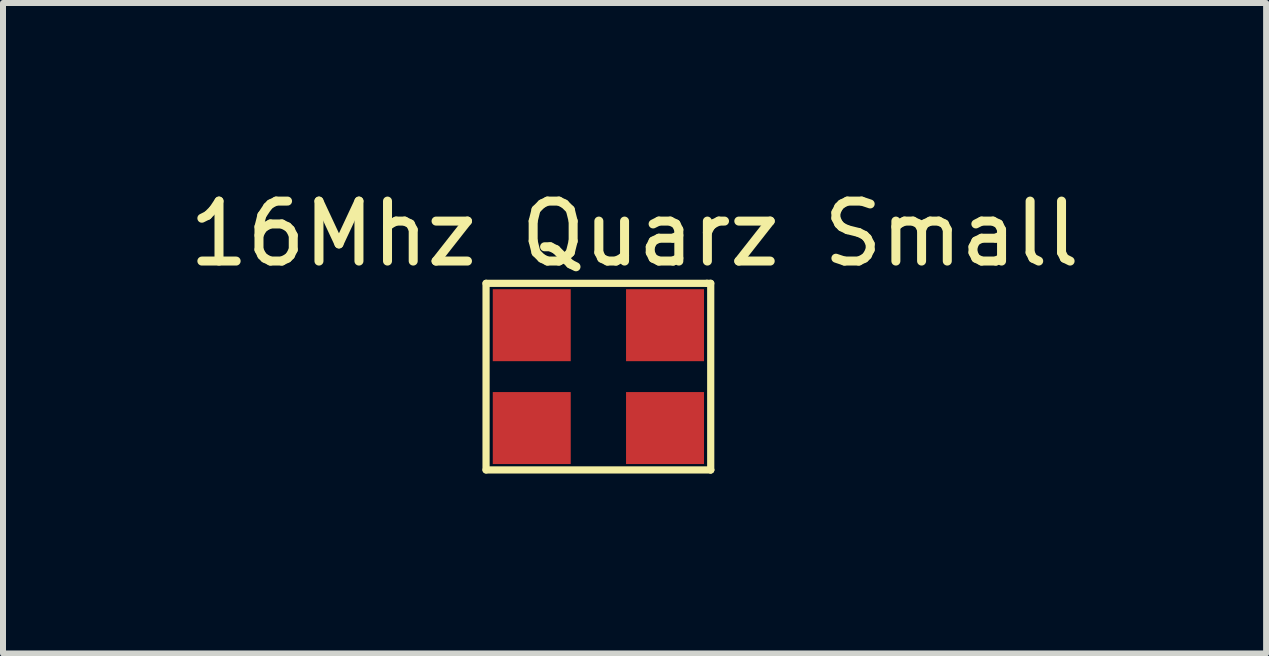
<source format=kicad_pcb>
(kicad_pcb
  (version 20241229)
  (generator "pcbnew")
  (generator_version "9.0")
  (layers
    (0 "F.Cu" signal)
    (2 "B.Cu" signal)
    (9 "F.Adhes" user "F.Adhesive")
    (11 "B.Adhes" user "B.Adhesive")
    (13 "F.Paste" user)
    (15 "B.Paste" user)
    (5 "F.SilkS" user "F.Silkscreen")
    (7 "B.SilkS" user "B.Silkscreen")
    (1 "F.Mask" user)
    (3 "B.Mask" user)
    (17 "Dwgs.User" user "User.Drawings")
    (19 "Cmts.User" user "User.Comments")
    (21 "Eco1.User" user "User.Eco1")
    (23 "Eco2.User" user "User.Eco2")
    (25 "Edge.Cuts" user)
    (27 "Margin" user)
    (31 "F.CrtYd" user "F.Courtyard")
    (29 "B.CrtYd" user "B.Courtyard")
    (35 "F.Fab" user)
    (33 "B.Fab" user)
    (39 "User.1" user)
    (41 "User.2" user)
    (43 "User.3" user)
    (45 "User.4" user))
  (footprint "16Mhz Quarz Small"
    (layer "F.Cu")
    (at 6.895 3.134)
    (property "Reference" "16Mhz Quarz Small" (at 0.635 -2.286 0) (layer "F.SilkS") (effects (font (size 1 1) (thickness 0.15))))
    (attr through_hole)
    (fp_line (start -1.841 -1.46) (end 1.841 -1.46) (stroke (width 0.12) (type solid)) (layer "F.SilkS"))
    (fp_line (start -1.841 1.651) (end -1.841 -1.46) (stroke (width 0.12) (type solid)) (layer "F.SilkS"))
    (fp_line (start 1.841 -1.46) (end 1.905 -1.46) (stroke (width 0.12) (type solid)) (layer "F.SilkS"))
    (fp_line (start 1.905 -1.46) (end 1.905 1.651) (stroke (width 0.12) (type solid)) (layer "F.SilkS"))
    (fp_line (start 1.905 1.651) (end -1.841 1.651) (stroke (width 0.12) (type solid)) (layer "F.SilkS"))
    (fp_line (start 1.905 1.651) (end 1.905 1.651) (stroke (width 0.12) (type solid)) (layer "F.SilkS"))
    (pad "1" smd rect (at -1.079 -0.762) (size 1.3 1.2) (layers "F.Cu" "F.Mask" "F.Paste"))
    (pad "2" smd rect (at -1.079 0.953) (size 1.3 1.2) (layers "F.Cu" "F.Mask" "F.Paste"))
    (pad "3" smd rect (at 1.143 0.953) (size 1.3 1.2) (layers "F.Cu" "F.Mask" "F.Paste"))
    (pad "4" smd rect (at 1.143 -0.762) (size 1.3 1.2) (layers "F.Cu" "F.Mask" "F.Paste")))
  (gr_rect
    (start -3 -3)
    (end 18.06 7.845)
    (stroke (width 0.1) (type default))
    (fill no)
    (layer "Edge.Cuts")))
</source>
